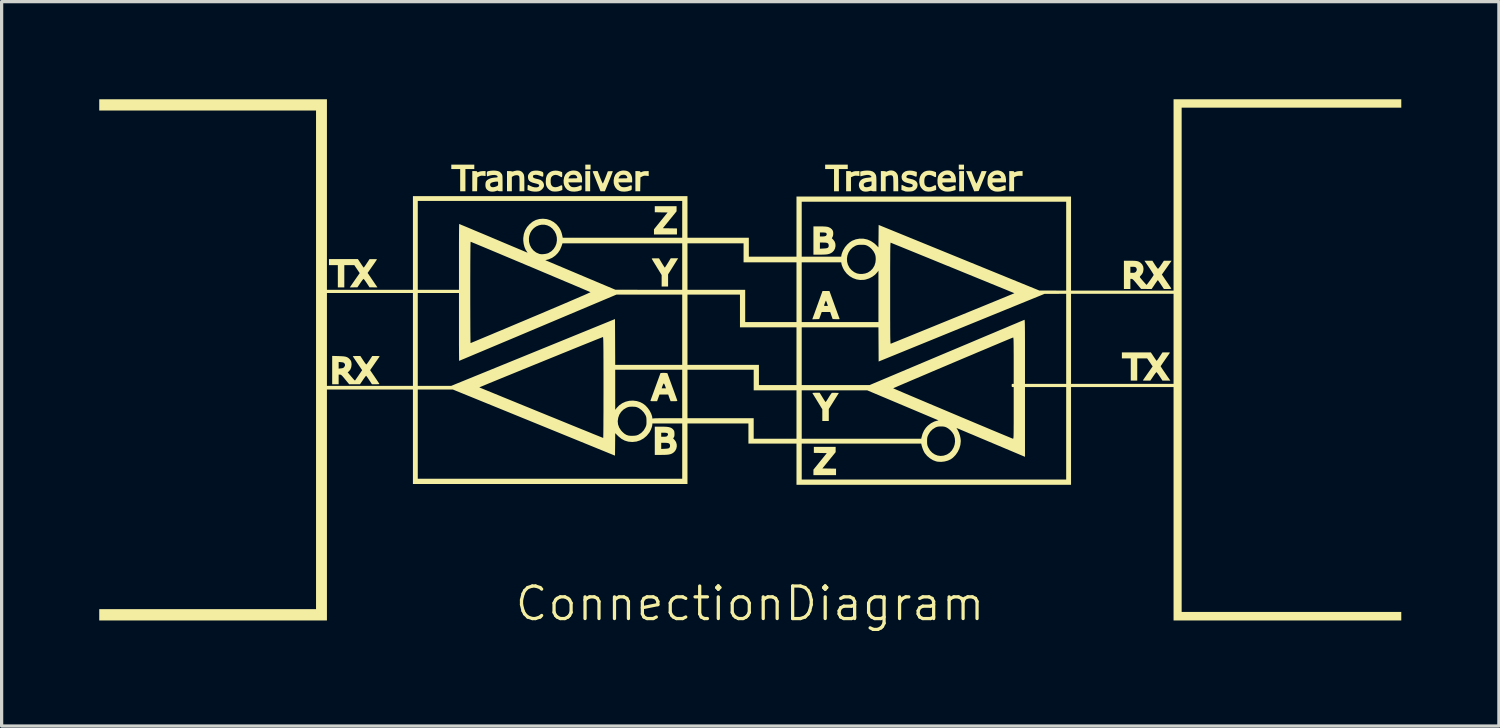
<source format=kicad_pcb>
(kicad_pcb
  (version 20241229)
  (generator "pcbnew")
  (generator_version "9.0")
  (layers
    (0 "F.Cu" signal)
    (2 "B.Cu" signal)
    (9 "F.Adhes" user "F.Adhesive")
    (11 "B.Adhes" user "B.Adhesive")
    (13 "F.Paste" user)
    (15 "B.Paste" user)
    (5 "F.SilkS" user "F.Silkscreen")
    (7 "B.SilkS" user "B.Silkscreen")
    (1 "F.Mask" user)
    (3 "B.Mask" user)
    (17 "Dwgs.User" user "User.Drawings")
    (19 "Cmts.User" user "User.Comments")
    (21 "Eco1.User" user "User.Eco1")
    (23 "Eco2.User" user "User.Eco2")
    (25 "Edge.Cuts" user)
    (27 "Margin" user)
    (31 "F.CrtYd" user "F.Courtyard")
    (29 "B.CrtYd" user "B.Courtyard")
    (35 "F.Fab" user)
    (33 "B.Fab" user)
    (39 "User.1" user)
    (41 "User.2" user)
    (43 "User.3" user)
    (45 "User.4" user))
  (footprint "ConnectionDiagram"
    (layer "F.Cu")
    (at 20.002 16.003)
    (property "Reference" "ConnectionDiagram" (at 0 -0.5 0) (unlocked yes) (layer "F.SilkS") (effects (font (size 1 1) (thickness 0.1))))
    (fp_poly (pts (xy -4.914 -13.485) (xy -4.914 -13.174) (xy -4.988 -13.174) (xy -5.063 -13.174) (xy -5.063 -13.485) (xy -5.063 -13.795) (xy -4.988 -13.795) (xy -4.914 -13.795)) (stroke (width 0) (type solid)) (fill yes) (layer "F.SilkS"))
    (fp_poly (pts (xy -4.901 -13.919) (xy -4.901 -13.844) (xy -4.982 -13.844) (xy -5.063 -13.844) (xy -5.063 -13.919) (xy -5.063 -13.993) (xy -4.982 -13.993) (xy -4.901 -13.993)) (stroke (width 0) (type solid)) (fill yes) (layer "F.SilkS"))
    (fp_poly (pts (xy 6.576 -13.919) (xy 6.576 -13.844) (xy 6.496 -13.844) (xy 6.415 -13.844) (xy 6.415 -13.919) (xy 6.415 -13.993) (xy 6.496 -13.993) (xy 6.576 -13.993)) (stroke (width 0) (type solid)) (fill yes) (layer "F.SilkS"))
    (fp_poly (pts (xy 6.576 -13.485) (xy 6.576 -13.174) (xy 6.502 -13.174) (xy 6.428 -13.174) (xy 6.428 -13.485) (xy 6.428 -13.795) (xy 6.502 -13.795) (xy 6.576 -13.795)) (stroke (width 0) (type solid)) (fill yes) (layer "F.SilkS"))
    (fp_poly (pts (xy -8.475 -13.925) (xy -8.475 -13.857) (xy -8.611 -13.857) (xy -8.748 -13.857) (xy -8.748 -13.516) (xy -8.748 -13.174) (xy -8.829 -13.174) (xy -8.909 -13.174) (xy -8.909 -13.516) (xy -8.909 -13.857) (xy -9.046 -13.857) (xy -9.182 -13.857) (xy -9.182 -13.925) (xy -9.182 -13.993) (xy -8.829 -13.993) (xy -8.475 -13.993)) (stroke (width 0) (type solid)) (fill yes) (layer "F.SilkS"))
    (fp_poly (pts (xy 3.003 -13.925) (xy 3.003 -13.857) (xy 2.866 -13.857) (xy 2.73 -13.857) (xy 2.73 -13.516) (xy 2.73 -13.174) (xy 2.655 -13.174) (xy 2.581 -13.174) (xy 2.581 -13.516) (xy 2.581 -13.857) (xy 2.444 -13.857) (xy 2.308 -13.857) (xy 2.308 -13.925) (xy 2.308 -13.993) (xy 2.655 -13.993) (xy 3.003 -13.993)) (stroke (width 0) (type solid)) (fill yes) (layer "F.SilkS"))
    (fp_poly (pts (xy -2.258 -12.637) (xy -2.258 -12.559) (xy -2.469 -12.299) (xy -2.68 -12.039) (xy -2.463 -12.036) (xy -2.246 -12.032) (xy -2.246 -11.939) (xy -2.246 -11.847) (xy -2.6 -11.847) (xy -2.953 -11.847) (xy -2.953 -11.926) (xy -2.953 -12.005) (xy -2.744 -12.264) (xy -2.534 -12.523) (xy -2.731 -12.526) (xy -2.928 -12.53) (xy -2.928 -12.622) (xy -2.928 -12.715) (xy -2.593 -12.715) (xy -2.258 -12.715)) (stroke (width 0) (type solid)) (fill yes) (layer "F.SilkS"))
    (fp_poly (pts (xy 2.631 -5.238) (xy 2.631 -5.157) (xy 2.427 -4.906) (xy 2.223 -4.656) (xy 2.433 -4.653) (xy 2.643 -4.649) (xy 2.643 -4.55) (xy 2.643 -4.451) (xy 2.296 -4.451) (xy 1.948 -4.451) (xy 1.948 -4.535) (xy 1.948 -4.619) (xy 2.154 -4.873) (xy 2.359 -5.127) (xy 2.16 -5.131) (xy 1.961 -5.134) (xy 1.961 -5.227) (xy 1.961 -5.32) (xy 2.296 -5.32) (xy 2.631 -5.32)) (stroke (width 0) (type solid)) (fill yes) (layer "F.SilkS"))
    (fp_poly (pts (xy 3.071 -13.793) (xy 3.094 -13.788) (xy 3.102 -13.778) (xy 3.102 -13.776) (xy 3.11 -13.76) (xy 3.135 -13.762) (xy 3.164 -13.776) (xy 3.195 -13.786) (xy 3.243 -13.793) (xy 3.279 -13.794) (xy 3.363 -13.795) (xy 3.363 -13.719) (xy 3.363 -13.643) (xy 3.295 -13.651) (xy 3.246 -13.654) (xy 3.203 -13.647) (xy 3.165 -13.633) (xy 3.102 -13.606) (xy 3.102 -13.39) (xy 3.102 -13.174) (xy 3.028 -13.174) (xy 2.953 -13.174) (xy 2.953 -13.485) (xy 2.953 -13.795) (xy 3.028 -13.795)) (stroke (width 0) (type solid)) (fill yes) (layer "F.SilkS"))
    (fp_poly (pts (xy -3.406 -13.793) (xy -3.383 -13.788) (xy -3.375 -13.778) (xy -3.375 -13.776) (xy -3.367 -13.76) (xy -3.342 -13.762) (xy -3.313 -13.776) (xy -3.282 -13.786) (xy -3.234 -13.793) (xy -3.198 -13.794) (xy -3.115 -13.795) (xy -3.115 -13.719) (xy -3.115 -13.643) (xy -3.186 -13.651) (xy -3.233 -13.654) (xy -3.269 -13.649) (xy -3.307 -13.634) (xy -3.313 -13.631) (xy -3.369 -13.602) (xy -3.372 -13.388) (xy -3.376 -13.174) (xy -3.45 -13.174) (xy -3.524 -13.174) (xy -3.524 -13.485) (xy -3.524 -13.795) (xy -3.45 -13.795)) (stroke (width 0) (type solid)) (fill yes) (layer "F.SilkS"))
    (fp_poly (pts (xy 8.084 -13.793) (xy 8.107 -13.788) (xy 8.115 -13.778) (xy 8.115 -13.776) (xy 8.12 -13.761) (xy 8.136 -13.76) (xy 8.168 -13.774) (xy 8.173 -13.776) (xy 8.208 -13.787) (xy 8.26 -13.794) (xy 8.292 -13.795) (xy 8.376 -13.795) (xy 8.376 -13.721) (xy 8.376 -13.647) (xy 8.291 -13.65) (xy 8.234 -13.649) (xy 8.191 -13.64) (xy 8.161 -13.627) (xy 8.115 -13.603) (xy 8.115 -13.389) (xy 8.115 -13.174) (xy 8.041 -13.174) (xy 7.966 -13.174) (xy 7.966 -13.485) (xy 7.966 -13.795) (xy 8.041 -13.795)) (stroke (width 0) (type solid)) (fill yes) (layer "F.SilkS"))
    (fp_poly (pts (xy -8.419 -13.793) (xy -8.396 -13.788) (xy -8.388 -13.778) (xy -8.388 -13.776) (xy -8.382 -13.76) (xy -8.377 -13.757) (xy -8.36 -13.762) (xy -8.33 -13.773) (xy -8.322 -13.776) (xy -8.284 -13.787) (xy -8.235 -13.793) (xy -8.202 -13.795) (xy -8.128 -13.795) (xy -8.128 -13.719) (xy -8.128 -13.643) (xy -8.199 -13.651) (xy -8.246 -13.654) (xy -8.282 -13.649) (xy -8.32 -13.634) (xy -8.326 -13.631) (xy -8.382 -13.602) (xy -8.385 -13.388) (xy -8.389 -13.174) (xy -8.463 -13.174) (xy -8.537 -13.174) (xy -8.537 -13.485) (xy -8.537 -13.795) (xy -8.463 -13.795)) (stroke (width 0) (type solid)) (fill yes) (layer "F.SilkS"))
    (fp_poly (pts (xy 6.722 -13.792) (xy 6.803 -13.789) (xy 6.875 -13.603) (xy 6.9 -13.54) (xy 6.922 -13.485) (xy 6.941 -13.444) (xy 6.954 -13.419) (xy 6.958 -13.413) (xy 6.966 -13.423) (xy 6.981 -13.452) (xy 7.001 -13.497) (xy 7.025 -13.554) (xy 7.043 -13.602) (xy 7.116 -13.795) (xy 7.194 -13.795) (xy 7.234 -13.794) (xy 7.262 -13.793) (xy 7.271 -13.792) (xy 7.267 -13.78) (xy 7.254 -13.748) (xy 7.235 -13.699) (xy 7.21 -13.637) (xy 7.18 -13.563) (xy 7.148 -13.485) (xy 7.025 -13.181) (xy 6.957 -13.177) (xy 6.89 -13.173) (xy 6.765 -13.484) (xy 6.64 -13.796)) (stroke (width 0) (type solid)) (fill yes) (layer "F.SilkS"))
    (fp_poly (pts (xy -2.364 -10.868) (xy -2.519 -10.621) (xy -2.519 -10.434) (xy -2.519 -10.246) (xy -2.618 -10.246) (xy -2.717 -10.246) (xy -2.717 -10.423) (xy -2.717 -10.6) (xy -2.86 -10.833) (xy -2.902 -10.903) (xy -2.941 -10.966) (xy -2.974 -11.02) (xy -2.998 -11.061) (xy -3.013 -11.086) (xy -3.016 -11.09) (xy -3.02 -11.102) (xy -3.017 -11.109) (xy -3.002 -11.112) (xy -2.97 -11.114) (xy -2.918 -11.114) (xy -2.913 -11.114) (xy -2.798 -11.114) (xy -2.713 -10.971) (xy -2.681 -10.919) (xy -2.653 -10.875) (xy -2.633 -10.844) (xy -2.621 -10.83) (xy -2.62 -10.829) (xy -2.611 -10.839) (xy -2.592 -10.867) (xy -2.565 -10.908) (xy -2.534 -10.958) (xy -2.525 -10.972) (xy -2.438 -11.115) (xy -2.324 -11.115) (xy -2.21 -11.115)) (stroke (width 0) (type solid)) (fill yes) (layer "F.SilkS"))
    (fp_poly (pts (xy -4.61 -13.602) (xy -4.585 -13.539) (xy -4.562 -13.484) (xy -4.543 -13.443) (xy -4.529 -13.419) (xy -4.524 -13.414) (xy -4.516 -13.426) (xy -4.501 -13.458) (xy -4.481 -13.505) (xy -4.457 -13.563) (xy -4.441 -13.603) (xy -4.37 -13.789) (xy -4.294 -13.792) (xy -4.255 -13.793) (xy -4.227 -13.79) (xy -4.219 -13.786) (xy -4.223 -13.772) (xy -4.236 -13.739) (xy -4.255 -13.688) (xy -4.28 -13.625) (xy -4.31 -13.55) (xy -4.34 -13.475) (xy -4.461 -13.175) (xy -4.529 -13.175) (xy -4.597 -13.175) (xy -4.712 -13.463) (xy -4.743 -13.543) (xy -4.773 -13.617) (xy -4.797 -13.68) (xy -4.817 -13.729) (xy -4.83 -13.762) (xy -4.834 -13.773) (xy -4.836 -13.785) (xy -4.826 -13.791) (xy -4.801 -13.794) (xy -4.763 -13.795) (xy -4.684 -13.795)) (stroke (width 0) (type solid)) (fill yes) (layer "F.SilkS"))
    (fp_poly (pts (xy 4.421 -13.799) (xy 4.477 -13.764) (xy 4.519 -13.713) (xy 4.541 -13.662) (xy 4.545 -13.634) (xy 4.549 -13.587) (xy 4.552 -13.525) (xy 4.553 -13.453) (xy 4.554 -13.395) (xy 4.554 -13.174) (xy 4.479 -13.174) (xy 4.405 -13.174) (xy 4.405 -13.388) (xy 4.404 -13.478) (xy 4.402 -13.546) (xy 4.398 -13.595) (xy 4.39 -13.628) (xy 4.377 -13.649) (xy 4.36 -13.661) (xy 4.337 -13.667) (xy 4.322 -13.668) (xy 4.256 -13.661) (xy 4.22 -13.646) (xy 4.169 -13.621) (xy 4.169 -13.397) (xy 4.169 -13.174) (xy 4.095 -13.174) (xy 4.02 -13.174) (xy 4.02 -13.485) (xy 4.02 -13.795) (xy 4.094 -13.795) (xy 4.137 -13.792) (xy 4.165 -13.786) (xy 4.172 -13.781) (xy 4.184 -13.775) (xy 4.212 -13.785) (xy 4.215 -13.787) (xy 4.286 -13.812) (xy 4.356 -13.815)) (stroke (width 0) (type solid)) (fill yes) (layer "F.SilkS"))
    (fp_poly (pts (xy -7.092 -13.809) (xy -7.031 -13.786) (xy -6.984 -13.743) (xy -6.961 -13.705) (xy -6.952 -13.683) (xy -6.946 -13.659) (xy -6.942 -13.628) (xy -6.939 -13.586) (xy -6.937 -13.53) (xy -6.937 -13.454) (xy -6.937 -13.413) (xy -6.936 -13.174) (xy -7.011 -13.174) (xy -7.085 -13.174) (xy -7.085 -13.402) (xy -7.085 -13.483) (xy -7.086 -13.543) (xy -7.088 -13.586) (xy -7.091 -13.615) (xy -7.096 -13.633) (xy -7.103 -13.645) (xy -7.108 -13.65) (xy -7.143 -13.667) (xy -7.19 -13.669) (xy -7.242 -13.658) (xy -7.273 -13.644) (xy -7.321 -13.616) (xy -7.321 -13.395) (xy -7.321 -13.174) (xy -7.395 -13.174) (xy -7.47 -13.174) (xy -7.47 -13.485) (xy -7.47 -13.795) (xy -7.396 -13.795) (xy -7.357 -13.793) (xy -7.328 -13.788) (xy -7.319 -13.783) (xy -7.306 -13.781) (xy -7.277 -13.786) (xy -7.241 -13.797) (xy -7.162 -13.813)) (stroke (width 0) (type solid)) (fill yes) (layer "F.SilkS"))
    (fp_poly (pts (xy 2.14 -6.982) (xy 2.227 -6.84) (xy 2.259 -6.787) (xy 2.287 -6.744) (xy 2.309 -6.712) (xy 2.321 -6.698) (xy 2.322 -6.697) (xy 2.331 -6.707) (xy 2.351 -6.734) (xy 2.378 -6.775) (xy 2.409 -6.825) (xy 2.415 -6.835) (xy 2.447 -6.887) (xy 2.476 -6.931) (xy 2.499 -6.962) (xy 2.512 -6.978) (xy 2.513 -6.978) (xy 2.531 -6.98) (xy 2.568 -6.981) (xy 2.615 -6.98) (xy 2.628 -6.98) (xy 2.73 -6.976) (xy 2.575 -6.73) (xy 2.42 -6.483) (xy 2.42 -6.298) (xy 2.42 -6.114) (xy 2.32 -6.114) (xy 2.221 -6.114) (xy 2.221 -6.294) (xy 2.221 -6.474) (xy 2.071 -6.719) (xy 2.028 -6.789) (xy 1.989 -6.852) (xy 1.957 -6.905) (xy 1.932 -6.945) (xy 1.918 -6.968) (xy 1.915 -6.973) (xy 1.924 -6.977) (xy 1.953 -6.98) (xy 1.996 -6.982) (xy 2.025 -6.982)) (stroke (width 0) (type solid)) (fill yes) (layer "F.SilkS"))
    (fp_poly (pts (xy 5.593 -13.802) (xy 5.652 -13.785) (xy 5.714 -13.761) (xy 5.718 -13.685) (xy 5.718 -13.639) (xy 5.711 -13.614) (xy 5.693 -13.609) (xy 5.661 -13.621) (xy 5.629 -13.639) (xy 5.562 -13.668) (xy 5.499 -13.678) (xy 5.444 -13.667) (xy 5.399 -13.637) (xy 5.377 -13.606) (xy 5.362 -13.561) (xy 5.356 -13.502) (xy 5.357 -13.441) (xy 5.367 -13.388) (xy 5.371 -13.375) (xy 5.401 -13.334) (xy 5.446 -13.308) (xy 5.502 -13.298) (xy 5.562 -13.306) (xy 5.619 -13.33) (xy 5.665 -13.354) (xy 5.695 -13.361) (xy 5.712 -13.351) (xy 5.719 -13.321) (xy 5.72 -13.288) (xy 5.72 -13.216) (xy 5.643 -13.189) (xy 5.557 -13.168) (xy 5.471 -13.164) (xy 5.392 -13.176) (xy 5.385 -13.178) (xy 5.334 -13.205) (xy 5.285 -13.25) (xy 5.244 -13.305) (xy 5.219 -13.362) (xy 5.201 -13.455) (xy 5.204 -13.545) (xy 5.226 -13.627) (xy 5.265 -13.698) (xy 5.322 -13.755) (xy 5.368 -13.783) (xy 5.435 -13.804) (xy 5.513 -13.81)) (stroke (width 0) (type solid)) (fill yes) (layer "F.SilkS"))
    (fp_poly (pts (xy 2.59 -9.697) (xy 2.625 -9.6) (xy 2.658 -9.51) (xy 2.687 -9.43) (xy 2.712 -9.362) (xy 2.731 -9.31) (xy 2.744 -9.275) (xy 2.749 -9.262) (xy 2.751 -9.252) (xy 2.745 -9.245) (xy 2.726 -9.242) (xy 2.69 -9.242) (xy 2.648 -9.243) (xy 2.538 -9.247) (xy 2.5 -9.356) (xy 2.463 -9.464) (xy 2.333 -9.464) (xy 2.202 -9.464) (xy 2.164 -9.356) (xy 2.125 -9.247) (xy 2.019 -9.243) (xy 1.912 -9.24) (xy 1.948 -9.337) (xy 1.961 -9.374) (xy 1.982 -9.43) (xy 2.008 -9.502) (xy 2.038 -9.585) (xy 2.067 -9.666) (xy 2.274 -9.666) (xy 2.278 -9.656) (xy 2.303 -9.651) (xy 2.33 -9.65) (xy 2.393 -9.65) (xy 2.366 -9.731) (xy 2.352 -9.771) (xy 2.34 -9.8) (xy 2.333 -9.812) (xy 2.333 -9.812) (xy 2.325 -9.801) (xy 2.312 -9.773) (xy 2.302 -9.746) (xy 2.288 -9.707) (xy 2.278 -9.677) (xy 2.274 -9.666) (xy 2.067 -9.666) (xy 2.07 -9.674) (xy 2.104 -9.767) (xy 2.105 -9.771) (xy 2.227 -10.109) (xy 2.334 -10.109) (xy 2.44 -10.109)) (stroke (width 0) (type solid)) (fill yes) (layer "F.SilkS"))
    (fp_poly (pts (xy -5.906 -13.804) (xy -5.838 -13.786) (xy -5.776 -13.763) (xy -5.772 -13.686) (xy -5.773 -13.638) (xy -5.781 -13.612) (xy -5.798 -13.608) (xy -5.828 -13.622) (xy -5.842 -13.632) (xy -5.907 -13.666) (xy -5.97 -13.679) (xy -6.029 -13.67) (xy -6.079 -13.641) (xy -6.087 -13.633) (xy -6.107 -13.609) (xy -6.118 -13.583) (xy -6.125 -13.548) (xy -6.128 -13.509) (xy -6.127 -13.436) (xy -6.115 -13.381) (xy -6.089 -13.34) (xy -6.071 -13.323) (xy -6.026 -13.303) (xy -5.97 -13.299) (xy -5.909 -13.311) (xy -5.864 -13.329) (xy -5.819 -13.352) (xy -5.791 -13.359) (xy -5.777 -13.35) (xy -5.771 -13.323) (xy -5.77 -13.287) (xy -5.77 -13.214) (xy -5.823 -13.193) (xy -5.876 -13.177) (xy -5.94 -13.168) (xy -6.006 -13.166) (xy -6.064 -13.171) (xy -6.094 -13.178) (xy -6.163 -13.214) (xy -6.215 -13.263) (xy -6.247 -13.313) (xy -6.263 -13.351) (xy -6.273 -13.387) (xy -6.277 -13.43) (xy -6.278 -13.484) (xy -6.271 -13.577) (xy -6.249 -13.652) (xy -6.211 -13.713) (xy -6.155 -13.761) (xy -6.117 -13.782) (xy -6.056 -13.802) (xy -5.983 -13.81)) (stroke (width 0) (type solid)) (fill yes) (layer "F.SilkS"))
    (fp_poly (pts (xy -2.602 -7.591) (xy -2.595 -7.591) (xy -2.541 -7.584) (xy -2.388 -7.162) (xy -2.352 -7.065) (xy -2.32 -6.976) (xy -2.291 -6.896) (xy -2.267 -6.829) (xy -2.249 -6.778) (xy -2.238 -6.744) (xy -2.234 -6.731) (xy -2.245 -6.727) (xy -2.276 -6.724) (xy -2.319 -6.722) (xy -2.338 -6.722) (xy -2.442 -6.722) (xy -2.462 -6.775) (xy -2.479 -6.821) (xy -2.496 -6.869) (xy -2.498 -6.877) (xy -2.515 -6.927) (xy -2.65 -6.927) (xy -2.784 -6.927) (xy -2.821 -6.824) (xy -2.857 -6.722) (xy -2.962 -6.722) (xy -3.016 -6.723) (xy -3.048 -6.726) (xy -3.061 -6.732) (xy -3.062 -6.737) (xy -3.056 -6.752) (xy -3.043 -6.788) (xy -3.024 -6.841) (xy -2.999 -6.91) (xy -2.969 -6.99) (xy -2.937 -7.081) (xy -2.923 -7.119) (xy -2.716 -7.119) (xy -2.65 -7.119) (xy -2.585 -7.119) (xy -2.611 -7.193) (xy -2.626 -7.232) (xy -2.641 -7.259) (xy -2.651 -7.268) (xy -2.662 -7.257) (xy -2.677 -7.229) (xy -2.691 -7.193) (xy -2.716 -7.119) (xy -2.923 -7.119) (xy -2.904 -7.171) (xy -2.752 -7.588) (xy -2.701 -7.592) (xy -2.653 -7.594)) (stroke (width 0) (type solid)) (fill yes) (layer "F.SilkS"))
    (fp_poly (pts (xy -11.966 -10.96) (xy -11.933 -10.91) (xy -11.905 -10.869) (xy -11.884 -10.841) (xy -11.874 -10.829) (xy -11.873 -10.829) (xy -11.864 -10.839) (xy -11.844 -10.866) (xy -11.816 -10.905) (xy -11.784 -10.954) (xy -11.78 -10.959) (xy -11.695 -11.089) (xy -11.58 -11.089) (xy -11.53 -11.089) (xy -11.491 -11.087) (xy -11.469 -11.085) (xy -11.465 -11.083) (xy -11.472 -11.072) (xy -11.491 -11.043) (xy -11.52 -11) (xy -11.557 -10.946) (xy -11.6 -10.885) (xy -11.61 -10.871) (xy -11.754 -10.664) (xy -11.603 -10.443) (xy -11.452 -10.221) (xy -11.574 -10.221) (xy -11.695 -10.222) (xy -11.78 -10.352) (xy -11.814 -10.401) (xy -11.843 -10.442) (xy -11.866 -10.47) (xy -11.879 -10.481) (xy -11.88 -10.481) (xy -11.891 -10.471) (xy -11.914 -10.445) (xy -11.943 -10.405) (xy -11.977 -10.356) (xy -11.98 -10.351) (xy -12.067 -10.222) (xy -12.183 -10.221) (xy -12.3 -10.221) (xy -12.277 -10.255) (xy -12.263 -10.276) (xy -12.237 -10.314) (xy -12.203 -10.363) (xy -12.163 -10.421) (xy -12.126 -10.474) (xy -11.997 -10.659) (xy -12.08 -10.781) (xy -12.162 -10.904) (xy -12.316 -10.904) (xy -12.47 -10.904) (xy -12.47 -10.562) (xy -12.47 -10.221) (xy -12.57 -10.221) (xy -12.669 -10.221) (xy -12.669 -10.562) (xy -12.669 -10.904) (xy -12.805 -10.904) (xy -12.942 -10.904) (xy -12.942 -10.997) (xy -12.942 -11.09) (xy -12.497 -11.09) (xy -12.052 -11.09)) (stroke (width 0) (type solid)) (fill yes) (layer "F.SilkS"))
    (fp_poly (pts (xy -5.348 -13.806) (xy -5.285 -13.784) (xy -5.235 -13.744) (xy -5.196 -13.684) (xy -5.175 -13.636) (xy -5.165 -13.59) (xy -5.162 -13.534) (xy -5.162 -13.532) (xy -5.162 -13.447) (xy -5.374 -13.447) (xy -5.585 -13.447) (xy -5.577 -13.419) (xy -5.555 -13.372) (xy -5.521 -13.332) (xy -5.496 -13.314) (xy -5.448 -13.3) (xy -5.388 -13.299) (xy -5.325 -13.308) (xy -5.267 -13.329) (xy -5.266 -13.329) (xy -5.222 -13.351) (xy -5.194 -13.358) (xy -5.18 -13.35) (xy -5.175 -13.323) (xy -5.174 -13.287) (xy -5.175 -13.246) (xy -5.18 -13.222) (xy -5.191 -13.21) (xy -5.208 -13.201) (xy -5.302 -13.174) (xy -5.398 -13.163) (xy -5.488 -13.169) (xy -5.545 -13.183) (xy -5.613 -13.219) (xy -5.667 -13.274) (xy -5.706 -13.343) (xy -5.727 -13.422) (xy -5.731 -13.51) (xy -5.72 -13.571) (xy -5.584 -13.571) (xy -5.448 -13.571) (xy -5.388 -13.572) (xy -5.349 -13.573) (xy -5.326 -13.576) (xy -5.314 -13.582) (xy -5.311 -13.591) (xy -5.311 -13.597) (xy -5.319 -13.623) (xy -5.34 -13.651) (xy -5.341 -13.653) (xy -5.368 -13.673) (xy -5.402 -13.682) (xy -5.432 -13.683) (xy -5.491 -13.675) (xy -5.534 -13.651) (xy -5.566 -13.608) (xy -5.584 -13.571) (xy -5.72 -13.571) (xy -5.715 -13.601) (xy -5.714 -13.607) (xy -5.679 -13.685) (xy -5.627 -13.745) (xy -5.56 -13.787) (xy -5.478 -13.809) (xy -5.429 -13.813)) (stroke (width 0) (type solid)) (fill yes) (layer "F.SilkS"))
    (fp_poly (pts (xy -3.81 -13.806) (xy -3.746 -13.784) (xy -3.697 -13.744) (xy -3.657 -13.684) (xy -3.637 -13.636) (xy -3.626 -13.59) (xy -3.623 -13.534) (xy -3.623 -13.532) (xy -3.623 -13.447) (xy -3.835 -13.447) (xy -4.047 -13.447) (xy -4.039 -13.419) (xy -4.016 -13.372) (xy -3.982 -13.332) (xy -3.957 -13.314) (xy -3.909 -13.3) (xy -3.849 -13.299) (xy -3.786 -13.308) (xy -3.729 -13.329) (xy -3.728 -13.329) (xy -3.683 -13.351) (xy -3.656 -13.358) (xy -3.642 -13.35) (xy -3.636 -13.323) (xy -3.636 -13.287) (xy -3.637 -13.246) (xy -3.641 -13.222) (xy -3.652 -13.21) (xy -3.67 -13.201) (xy -3.764 -13.174) (xy -3.859 -13.163) (xy -3.95 -13.169) (xy -4.006 -13.183) (xy -4.074 -13.219) (xy -4.128 -13.274) (xy -4.167 -13.343) (xy -4.189 -13.422) (xy -4.192 -13.51) (xy -4.182 -13.571) (xy -4.046 -13.571) (xy -3.909 -13.571) (xy -3.849 -13.572) (xy -3.81 -13.573) (xy -3.787 -13.576) (xy -3.776 -13.582) (xy -3.772 -13.591) (xy -3.772 -13.597) (xy -3.781 -13.623) (xy -3.801 -13.651) (xy -3.803 -13.653) (xy -3.83 -13.673) (xy -3.864 -13.682) (xy -3.893 -13.683) (xy -3.952 -13.675) (xy -3.996 -13.651) (xy -4.027 -13.608) (xy -4.046 -13.571) (xy -4.182 -13.571) (xy -4.177 -13.601) (xy -4.175 -13.607) (xy -4.14 -13.685) (xy -4.088 -13.745) (xy -4.021 -13.787) (xy -3.939 -13.809) (xy -3.89 -13.813)) (stroke (width 0) (type solid)) (fill yes) (layer "F.SilkS"))
    (fp_poly (pts (xy 2.24 -12.094) (xy 2.313 -12.09) (xy 2.368 -12.084) (xy 2.403 -12.076) (xy 2.465 -12.048) (xy 2.515 -12.007) (xy 2.546 -11.958) (xy 2.546 -11.958) (xy 2.556 -11.91) (xy 2.557 -11.854) (xy 2.548 -11.8) (xy 2.535 -11.77) (xy 2.513 -11.731) (xy 2.558 -11.686) (xy 2.6 -11.628) (xy 2.623 -11.56) (xy 2.626 -11.488) (xy 2.611 -11.417) (xy 2.578 -11.353) (xy 2.527 -11.3) (xy 2.518 -11.294) (xy 2.479 -11.27) (xy 2.438 -11.252) (xy 2.391 -11.24) (xy 2.332 -11.232) (xy 2.259 -11.228) (xy 2.165 -11.226) (xy 2.151 -11.226) (xy 1.948 -11.226) (xy 1.948 -11.504) (xy 2.147 -11.504) (xy 2.147 -11.409) (xy 2.258 -11.415) (xy 2.317 -11.419) (xy 2.356 -11.425) (xy 2.382 -11.434) (xy 2.395 -11.443) (xy 2.413 -11.468) (xy 2.418 -11.503) (xy 2.417 -11.517) (xy 2.41 -11.551) (xy 2.394 -11.574) (xy 2.363 -11.589) (xy 2.316 -11.596) (xy 2.249 -11.598) (xy 2.147 -11.598) (xy 2.147 -11.504) (xy 1.948 -11.504) (xy 1.948 -11.66) (xy 1.948 -11.847) (xy 2.147 -11.847) (xy 2.147 -11.785) (xy 2.225 -11.785) (xy 2.284 -11.789) (xy 2.324 -11.8) (xy 2.33 -11.804) (xy 2.352 -11.83) (xy 2.356 -11.862) (xy 2.344 -11.888) (xy 2.334 -11.896) (xy 2.309 -11.903) (xy 2.269 -11.907) (xy 2.228 -11.909) (xy 2.147 -11.909) (xy 2.147 -11.847) (xy 1.948 -11.847) (xy 1.948 -12.095) (xy 2.144 -12.095)) (stroke (width 0) (type solid)) (fill yes) (layer "F.SilkS"))
    (fp_poly (pts (xy -2.634 -5.939) (xy -2.557 -5.935) (xy -2.497 -5.926) (xy -2.45 -5.913) (xy -2.412 -5.895) (xy -2.38 -5.87) (xy -2.37 -5.86) (xy -2.347 -5.833) (xy -2.333 -5.808) (xy -2.326 -5.776) (xy -2.323 -5.732) (xy -2.323 -5.679) (xy -2.328 -5.642) (xy -2.341 -5.614) (xy -2.341 -5.613) (xy -2.364 -5.578) (xy -2.318 -5.53) (xy -2.276 -5.469) (xy -2.254 -5.399) (xy -2.252 -5.327) (xy -2.269 -5.256) (xy -2.305 -5.191) (xy -2.359 -5.138) (xy -2.365 -5.135) (xy -2.402 -5.112) (xy -2.444 -5.096) (xy -2.493 -5.084) (xy -2.554 -5.077) (xy -2.631 -5.073) (xy -2.726 -5.072) (xy -2.928 -5.072) (xy -2.928 -5.349) (xy -2.73 -5.349) (xy -2.73 -5.255) (xy -2.619 -5.26) (xy -2.56 -5.264) (xy -2.52 -5.27) (xy -2.494 -5.28) (xy -2.482 -5.289) (xy -2.464 -5.314) (xy -2.459 -5.348) (xy -2.459 -5.362) (xy -2.466 -5.396) (xy -2.483 -5.42) (xy -2.513 -5.434) (xy -2.561 -5.442) (xy -2.627 -5.444) (xy -2.73 -5.444) (xy -2.73 -5.349) (xy -2.928 -5.349) (xy -2.928 -5.506) (xy -2.928 -5.692) (xy -2.73 -5.692) (xy -2.73 -5.63) (xy -2.649 -5.63) (xy -2.6 -5.632) (xy -2.569 -5.638) (xy -2.548 -5.651) (xy -2.544 -5.655) (xy -2.523 -5.687) (xy -2.522 -5.718) (xy -2.542 -5.741) (xy -2.543 -5.741) (xy -2.568 -5.748) (xy -2.608 -5.753) (xy -2.648 -5.754) (xy -2.73 -5.754) (xy -2.73 -5.692) (xy -2.928 -5.692) (xy -2.928 -5.94) (xy -2.732 -5.94)) (stroke (width 0) (type solid)) (fill yes) (layer "F.SilkS"))
    (fp_poly (pts (xy -6.53 -13.809) (xy -6.459 -13.799) (xy -6.399 -13.78) (xy -6.389 -13.775) (xy -6.368 -13.762) (xy -6.357 -13.746) (xy -6.354 -13.717) (xy -6.353 -13.689) (xy -6.354 -13.652) (xy -6.36 -13.63) (xy -6.374 -13.624) (xy -6.403 -13.63) (xy -6.448 -13.648) (xy -6.459 -13.652) (xy -6.53 -13.676) (xy -6.59 -13.682) (xy -6.643 -13.671) (xy -6.645 -13.671) (xy -6.669 -13.656) (xy -6.674 -13.631) (xy -6.673 -13.625) (xy -6.666 -13.603) (xy -6.647 -13.585) (xy -6.612 -13.57) (xy -6.559 -13.556) (xy -6.511 -13.546) (xy -6.44 -13.523) (xy -6.386 -13.484) (xy -6.349 -13.434) (xy -6.333 -13.374) (xy -6.336 -13.323) (xy -6.355 -13.282) (xy -6.389 -13.239) (xy -6.433 -13.202) (xy -6.478 -13.178) (xy -6.486 -13.175) (xy -6.553 -13.165) (xy -6.631 -13.164) (xy -6.71 -13.174) (xy -6.766 -13.189) (xy -6.837 -13.214) (xy -6.837 -13.293) (xy -6.836 -13.334) (xy -6.832 -13.363) (xy -6.826 -13.373) (xy -6.811 -13.368) (xy -6.78 -13.354) (xy -6.741 -13.334) (xy -6.681 -13.31) (xy -6.621 -13.296) (xy -6.566 -13.294) (xy -6.521 -13.302) (xy -6.491 -13.322) (xy -6.483 -13.337) (xy -6.481 -13.362) (xy -6.495 -13.381) (xy -6.528 -13.398) (xy -6.582 -13.413) (xy -6.599 -13.417) (xy -6.683 -13.439) (xy -6.745 -13.465) (xy -6.787 -13.497) (xy -6.813 -13.538) (xy -6.825 -13.59) (xy -6.826 -13.648) (xy -6.816 -13.679) (xy -6.793 -13.717) (xy -6.762 -13.753) (xy -6.73 -13.78) (xy -6.724 -13.783) (xy -6.671 -13.801) (xy -6.604 -13.81)) (stroke (width 0) (type solid)) (fill yes) (layer "F.SilkS"))
    (fp_poly (pts (xy 4.986 -13.805) (xy 5.056 -13.791) (xy 5.062 -13.789) (xy 5.125 -13.768) (xy 5.125 -13.694) (xy 5.123 -13.651) (xy 5.116 -13.628) (xy 5.098 -13.623) (xy 5.065 -13.634) (xy 5.039 -13.647) (xy 4.979 -13.669) (xy 4.919 -13.68) (xy 4.867 -13.678) (xy 4.833 -13.666) (xy 4.809 -13.64) (xy 4.803 -13.612) (xy 4.818 -13.589) (xy 4.824 -13.586) (xy 4.847 -13.577) (xy 4.886 -13.567) (xy 4.92 -13.559) (xy 5.009 -13.536) (xy 5.075 -13.504) (xy 5.119 -13.465) (xy 5.144 -13.415) (xy 5.149 -13.369) (xy 5.138 -13.301) (xy 5.105 -13.245) (xy 5.053 -13.203) (xy 5.017 -13.184) (xy 4.98 -13.174) (xy 4.934 -13.168) (xy 4.896 -13.166) (xy 4.847 -13.165) (xy 4.806 -13.166) (xy 4.78 -13.168) (xy 4.777 -13.169) (xy 4.754 -13.177) (xy 4.72 -13.19) (xy 4.706 -13.195) (xy 4.653 -13.214) (xy 4.653 -13.293) (xy 4.654 -13.334) (xy 4.657 -13.363) (xy 4.661 -13.373) (xy 4.675 -13.368) (xy 4.705 -13.354) (xy 4.745 -13.335) (xy 4.748 -13.334) (xy 4.806 -13.309) (xy 4.858 -13.297) (xy 4.895 -13.295) (xy 4.95 -13.3) (xy 4.984 -13.314) (xy 4.999 -13.34) (xy 5.001 -13.354) (xy 4.997 -13.371) (xy 4.985 -13.384) (xy 4.961 -13.397) (xy 4.92 -13.41) (xy 4.86 -13.425) (xy 4.841 -13.429) (xy 4.767 -13.452) (xy 4.714 -13.483) (xy 4.679 -13.523) (xy 4.664 -13.559) (xy 4.656 -13.625) (xy 4.67 -13.687) (xy 4.706 -13.74) (xy 4.762 -13.78) (xy 4.78 -13.789) (xy 4.839 -13.804) (xy 4.911 -13.81)) (stroke (width 0) (type solid)) (fill yes) (layer "F.SilkS"))
    (fp_poly (pts (xy 6.127 -13.812) (xy 6.185 -13.793) (xy 6.245 -13.748) (xy 6.29 -13.686) (xy 6.318 -13.609) (xy 6.328 -13.518) (xy 6.328 -13.513) (xy 6.328 -13.447) (xy 6.117 -13.447) (xy 6.04 -13.447) (xy 5.984 -13.446) (xy 5.947 -13.445) (xy 5.923 -13.441) (xy 5.911 -13.437) (xy 5.907 -13.43) (xy 5.907 -13.426) (xy 5.919 -13.384) (xy 5.949 -13.344) (xy 5.975 -13.323) (xy 6.025 -13.303) (xy 6.088 -13.298) (xy 6.156 -13.309) (xy 6.215 -13.33) (xy 6.262 -13.351) (xy 6.292 -13.359) (xy 6.308 -13.352) (xy 6.315 -13.329) (xy 6.316 -13.287) (xy 6.316 -13.286) (xy 6.316 -13.213) (xy 6.234 -13.187) (xy 6.154 -13.169) (xy 6.073 -13.163) (xy 5.998 -13.168) (xy 5.953 -13.18) (xy 5.877 -13.217) (xy 5.821 -13.267) (xy 5.783 -13.333) (xy 5.763 -13.414) (xy 5.76 -13.513) (xy 5.76 -13.514) (xy 5.767 -13.585) (xy 5.906 -13.585) (xy 5.919 -13.578) (xy 5.956 -13.574) (xy 6.018 -13.572) (xy 6.043 -13.571) (xy 6.11 -13.573) (xy 6.155 -13.576) (xy 6.177 -13.582) (xy 6.179 -13.585) (xy 6.172 -13.612) (xy 6.153 -13.643) (xy 6.131 -13.667) (xy 6.107 -13.676) (xy 6.07 -13.682) (xy 6.051 -13.683) (xy 6.01 -13.68) (xy 5.981 -13.669) (xy 5.951 -13.643) (xy 5.949 -13.641) (xy 5.924 -13.613) (xy 5.909 -13.592) (xy 5.906 -13.585) (xy 5.767 -13.585) (xy 5.767 -13.586) (xy 5.782 -13.641) (xy 5.808 -13.688) (xy 5.847 -13.733) (xy 5.853 -13.739) (xy 5.909 -13.778) (xy 5.979 -13.805) (xy 6.054 -13.816)) (stroke (width 0) (type solid)) (fill yes) (layer "F.SilkS"))
    (fp_poly (pts (xy 7.636 -13.814) (xy 7.714 -13.793) (xy 7.777 -13.754) (xy 7.824 -13.696) (xy 7.854 -13.621) (xy 7.867 -13.53) (xy 7.867 -13.512) (xy 7.867 -13.447) (xy 7.656 -13.447) (xy 7.579 -13.447) (xy 7.523 -13.446) (xy 7.485 -13.445) (xy 7.462 -13.441) (xy 7.45 -13.437) (xy 7.446 -13.43) (xy 7.445 -13.426) (xy 7.457 -13.384) (xy 7.487 -13.344) (xy 7.514 -13.323) (xy 7.564 -13.303) (xy 7.627 -13.298) (xy 7.695 -13.309) (xy 7.753 -13.33) (xy 7.801 -13.351) (xy 7.831 -13.359) (xy 7.847 -13.352) (xy 7.853 -13.329) (xy 7.855 -13.287) (xy 7.855 -13.286) (xy 7.855 -13.213) (xy 7.773 -13.187) (xy 7.693 -13.169) (xy 7.611 -13.163) (xy 7.536 -13.168) (xy 7.492 -13.18) (xy 7.414 -13.218) (xy 7.356 -13.274) (xy 7.316 -13.345) (xy 7.309 -13.365) (xy 7.3 -13.41) (xy 7.298 -13.469) (xy 7.3 -13.532) (xy 7.306 -13.585) (xy 7.445 -13.585) (xy 7.457 -13.578) (xy 7.494 -13.574) (xy 7.556 -13.572) (xy 7.582 -13.571) (xy 7.649 -13.573) (xy 7.694 -13.576) (xy 7.716 -13.582) (xy 7.718 -13.585) (xy 7.71 -13.612) (xy 7.691 -13.643) (xy 7.669 -13.667) (xy 7.646 -13.676) (xy 7.608 -13.682) (xy 7.59 -13.683) (xy 7.549 -13.68) (xy 7.52 -13.669) (xy 7.49 -13.643) (xy 7.487 -13.641) (xy 7.462 -13.613) (xy 7.447 -13.592) (xy 7.445 -13.585) (xy 7.306 -13.585) (xy 7.307 -13.592) (xy 7.319 -13.64) (xy 7.325 -13.655) (xy 7.374 -13.722) (xy 7.438 -13.773) (xy 7.514 -13.805) (xy 7.597 -13.816)) (stroke (width 0) (type solid)) (fill yes) (layer "F.SilkS"))
    (fp_poly (pts (xy 3.701 -13.804) (xy 3.77 -13.782) (xy 3.821 -13.745) (xy 3.856 -13.696) (xy 3.866 -13.675) (xy 3.873 -13.654) (xy 3.878 -13.628) (xy 3.881 -13.594) (xy 3.883 -13.547) (xy 3.884 -13.483) (xy 3.884 -13.407) (xy 3.884 -13.174) (xy 3.81 -13.174) (xy 3.771 -13.176) (xy 3.742 -13.182) (xy 3.733 -13.187) (xy 3.719 -13.192) (xy 3.685 -13.185) (xy 3.674 -13.181) (xy 3.607 -13.166) (xy 3.538 -13.163) (xy 3.477 -13.174) (xy 3.449 -13.185) (xy 3.397 -13.225) (xy 3.362 -13.279) (xy 3.345 -13.341) (xy 3.345 -13.363) (xy 3.494 -13.363) (xy 3.505 -13.329) (xy 3.524 -13.308) (xy 3.526 -13.307) (xy 3.569 -13.299) (xy 3.621 -13.303) (xy 3.672 -13.317) (xy 3.686 -13.323) (xy 3.715 -13.34) (xy 3.729 -13.356) (xy 3.734 -13.381) (xy 3.735 -13.412) (xy 3.735 -13.476) (xy 3.653 -13.467) (xy 3.578 -13.455) (xy 3.528 -13.435) (xy 3.5 -13.408) (xy 3.495 -13.397) (xy 3.494 -13.363) (xy 3.345 -13.363) (xy 3.346 -13.405) (xy 3.367 -13.466) (xy 3.405 -13.516) (xy 3.448 -13.548) (xy 3.5 -13.57) (xy 3.568 -13.585) (xy 3.633 -13.592) (xy 3.678 -13.597) (xy 3.712 -13.604) (xy 3.73 -13.611) (xy 3.73 -13.611) (xy 3.729 -13.63) (xy 3.71 -13.65) (xy 3.679 -13.667) (xy 3.644 -13.677) (xy 3.59 -13.677) (xy 3.519 -13.665) (xy 3.494 -13.659) (xy 3.448 -13.647) (xy 3.413 -13.638) (xy 3.393 -13.634) (xy 3.392 -13.633) (xy 3.389 -13.645) (xy 3.388 -13.674) (xy 3.387 -13.707) (xy 3.387 -13.78) (xy 3.453 -13.796) (xy 3.499 -13.804) (xy 3.557 -13.809) (xy 3.613 -13.811)) (stroke (width 0) (type solid)) (fill yes) (layer "F.SilkS"))
    (fp_poly (pts (xy 12.404 -8.093) (xy 12.437 -8.044) (xy 12.465 -8.003) (xy 12.486 -7.975) (xy 12.496 -7.963) (xy 12.497 -7.963) (xy 12.506 -7.973) (xy 12.526 -7.999) (xy 12.554 -8.039) (xy 12.586 -8.087) (xy 12.59 -8.093) (xy 12.675 -8.223) (xy 12.79 -8.223) (xy 12.84 -8.223) (xy 12.879 -8.221) (xy 12.901 -8.218) (xy 12.905 -8.217) (xy 12.898 -8.205) (xy 12.879 -8.176) (xy 12.85 -8.134) (xy 12.813 -8.08) (xy 12.77 -8.019) (xy 12.762 -8.007) (xy 12.719 -7.945) (xy 12.68 -7.889) (xy 12.65 -7.844) (xy 12.629 -7.813) (xy 12.62 -7.797) (xy 12.619 -7.796) (xy 12.624 -7.787) (xy 12.639 -7.763) (xy 12.665 -7.723) (xy 12.702 -7.668) (xy 12.752 -7.595) (xy 12.815 -7.503) (xy 12.851 -7.451) (xy 12.918 -7.355) (xy 12.796 -7.355) (xy 12.675 -7.355) (xy 12.59 -7.485) (xy 12.556 -7.535) (xy 12.527 -7.575) (xy 12.504 -7.604) (xy 12.491 -7.615) (xy 12.49 -7.615) (xy 12.479 -7.605) (xy 12.457 -7.579) (xy 12.427 -7.539) (xy 12.393 -7.49) (xy 12.39 -7.485) (xy 12.303 -7.356) (xy 12.188 -7.355) (xy 12.138 -7.356) (xy 12.099 -7.357) (xy 12.077 -7.359) (xy 12.073 -7.36) (xy 12.08 -7.372) (xy 12.099 -7.4) (xy 12.128 -7.443) (xy 12.166 -7.497) (xy 12.209 -7.559) (xy 12.223 -7.579) (xy 12.373 -7.792) (xy 12.289 -7.915) (xy 12.205 -8.037) (xy 12.052 -8.037) (xy 11.9 -8.037) (xy 11.9 -7.696) (xy 11.9 -7.355) (xy 11.8 -7.355) (xy 11.701 -7.355) (xy 11.701 -7.696) (xy 11.701 -8.037) (xy 11.565 -8.037) (xy 11.428 -8.037) (xy 11.428 -8.13) (xy 11.428 -8.223) (xy 11.873 -8.223) (xy 12.318 -8.223)) (stroke (width 0) (type solid)) (fill yes) (layer "F.SilkS"))
    (fp_poly (pts (xy -7.821 -13.808) (xy -7.758 -13.798) (xy -7.709 -13.781) (xy -7.694 -13.772) (xy -7.665 -13.746) (xy -7.637 -13.712) (xy -7.634 -13.708) (xy -7.625 -13.693) (xy -7.618 -13.677) (xy -7.613 -13.656) (xy -7.609 -13.627) (xy -7.608 -13.585) (xy -7.607 -13.528) (xy -7.606 -13.451) (xy -7.606 -13.421) (xy -7.606 -13.174) (xy -7.674 -13.174) (xy -7.716 -13.177) (xy -7.741 -13.184) (xy -7.746 -13.189) (xy -7.756 -13.196) (xy -7.782 -13.191) (xy -7.803 -13.183) (xy -7.865 -13.166) (xy -7.931 -13.162) (xy -7.992 -13.17) (xy -8.04 -13.189) (xy -8.041 -13.19) (xy -8.089 -13.229) (xy -8.118 -13.27) (xy -8.131 -13.322) (xy -8.133 -13.356) (xy -7.988 -13.356) (xy -7.97 -13.321) (xy -7.939 -13.303) (xy -7.894 -13.299) (xy -7.841 -13.308) (xy -7.796 -13.324) (xy -7.764 -13.341) (xy -7.749 -13.357) (xy -7.743 -13.382) (xy -7.743 -13.411) (xy -7.744 -13.447) (xy -7.749 -13.465) (xy -7.762 -13.472) (xy -7.778 -13.472) (xy -7.827 -13.469) (xy -7.879 -13.46) (xy -7.926 -13.447) (xy -7.96 -13.432) (xy -7.968 -13.427) (xy -7.988 -13.394) (xy -7.988 -13.356) (xy -8.133 -13.356) (xy -8.134 -13.371) (xy -8.129 -13.434) (xy -8.113 -13.481) (xy -8.08 -13.517) (xy -8.028 -13.55) (xy -8.02 -13.554) (xy -7.966 -13.575) (xy -7.904 -13.588) (xy -7.855 -13.593) (xy -7.805 -13.597) (xy -7.775 -13.601) (xy -7.761 -13.608) (xy -7.757 -13.618) (xy -7.758 -13.626) (xy -7.773 -13.651) (xy -7.807 -13.668) (xy -7.856 -13.676) (xy -7.914 -13.674) (xy -7.978 -13.663) (xy -8.02 -13.65) (xy -8.053 -13.64) (xy -8.076 -13.634) (xy -8.079 -13.633) (xy -8.085 -13.645) (xy -8.089 -13.674) (xy -8.09 -13.707) (xy -8.09 -13.743) (xy -8.086 -13.767) (xy -8.074 -13.782) (xy -8.05 -13.792) (xy -8.009 -13.799) (xy -7.963 -13.806) (xy -7.892 -13.811)) (stroke (width 0) (type solid)) (fill yes) (layer "F.SilkS"))
    (fp_poly (pts (xy 11.768 -11.039) (xy 11.835 -11.036) (xy 11.886 -11.03) (xy 11.927 -11.02) (xy 11.96 -11.005) (xy 11.992 -10.984) (xy 11.996 -10.982) (xy 12.05 -10.927) (xy 12.083 -10.862) (xy 12.093 -10.786) (xy 12.085 -10.72) (xy 12.068 -10.664) (xy 12.037 -10.617) (xy 12.021 -10.598) (xy 11.993 -10.567) (xy 11.981 -10.547) (xy 11.982 -10.532) (xy 11.988 -10.522) (xy 12.009 -10.496) (xy 12.039 -10.46) (xy 12.074 -10.42) (xy 12.11 -10.379) (xy 12.143 -10.343) (xy 12.169 -10.314) (xy 12.184 -10.299) (xy 12.186 -10.298) (xy 12.195 -10.307) (xy 12.215 -10.331) (xy 12.243 -10.368) (xy 12.276 -10.412) (xy 12.311 -10.46) (xy 12.344 -10.507) (xy 12.373 -10.549) (xy 12.394 -10.582) (xy 12.405 -10.601) (xy 12.405 -10.602) (xy 12.4 -10.616) (xy 12.383 -10.647) (xy 12.355 -10.692) (xy 12.319 -10.748) (xy 12.278 -10.811) (xy 12.266 -10.828) (xy 12.121 -11.04) (xy 12.243 -11.039) (xy 12.365 -11.039) (xy 12.444 -10.915) (xy 12.476 -10.867) (xy 12.504 -10.828) (xy 12.526 -10.801) (xy 12.538 -10.792) (xy 12.551 -10.802) (xy 12.573 -10.828) (xy 12.603 -10.868) (xy 12.636 -10.916) (xy 12.636 -10.916) (xy 12.719 -11.04) (xy 12.837 -11.04) (xy 12.956 -11.04) (xy 12.884 -10.938) (xy 12.844 -10.88) (xy 12.797 -10.813) (xy 12.751 -10.748) (xy 12.735 -10.725) (xy 12.657 -10.615) (xy 12.797 -10.409) (xy 12.841 -10.345) (xy 12.879 -10.288) (xy 12.911 -10.24) (xy 12.934 -10.206) (xy 12.946 -10.188) (xy 12.947 -10.187) (xy 12.945 -10.18) (xy 12.929 -10.175) (xy 12.894 -10.172) (xy 12.838 -10.171) (xy 12.837 -10.171) (xy 12.719 -10.171) (xy 12.629 -10.308) (xy 12.595 -10.358) (xy 12.566 -10.4) (xy 12.544 -10.43) (xy 12.533 -10.443) (xy 12.532 -10.444) (xy 12.524 -10.434) (xy 12.504 -10.407) (xy 12.476 -10.368) (xy 12.442 -10.319) (xy 12.435 -10.307) (xy 12.343 -10.171) (xy 12.18 -10.172) (xy 12.018 -10.173) (xy 11.889 -10.327) (xy 11.84 -10.386) (xy 11.803 -10.428) (xy 11.776 -10.456) (xy 11.755 -10.472) (xy 11.738 -10.48) (xy 11.725 -10.482) (xy 11.689 -10.482) (xy 11.689 -10.327) (xy 11.689 -10.171) (xy 11.589 -10.171) (xy 11.49 -10.171) (xy 11.49 -10.606) (xy 11.49 -10.761) (xy 11.689 -10.761) (xy 11.689 -10.668) (xy 11.758 -10.668) (xy 11.802 -10.67) (xy 11.831 -10.679) (xy 11.855 -10.696) (xy 11.857 -10.698) (xy 11.881 -10.737) (xy 11.886 -10.781) (xy 11.87 -10.82) (xy 11.862 -10.829) (xy 11.841 -10.844) (xy 11.809 -10.852) (xy 11.763 -10.854) (xy 11.689 -10.854) (xy 11.689 -10.761) (xy 11.49 -10.761) (xy 11.49 -11.04) (xy 11.681 -11.04)) (stroke (width 0) (type solid)) (fill yes) (layer "F.SilkS"))
    (fp_poly (pts (xy -12.647 -8.109) (xy -12.557 -8.105) (xy -12.487 -8.1) (xy -12.433 -8.091) (xy -12.391 -8.078) (xy -12.356 -8.059) (xy -12.325 -8.034) (xy -12.317 -8.027) (xy -12.278 -7.982) (xy -12.256 -7.934) (xy -12.248 -7.873) (xy -12.247 -7.849) (xy -12.256 -7.769) (xy -12.283 -7.699) (xy -12.325 -7.644) (xy -12.333 -7.637) (xy -12.367 -7.609) (xy -12.293 -7.522) (xy -12.241 -7.461) (xy -12.203 -7.417) (xy -12.176 -7.387) (xy -12.159 -7.369) (xy -12.147 -7.361) (xy -12.14 -7.361) (xy -12.135 -7.367) (xy -12.129 -7.375) (xy -12.116 -7.394) (xy -12.092 -7.428) (xy -12.06 -7.474) (xy -12.024 -7.526) (xy -12.017 -7.537) (xy -11.922 -7.676) (xy -12.066 -7.888) (xy -12.109 -7.952) (xy -12.147 -8.008) (xy -12.178 -8.055) (xy -12.199 -8.088) (xy -12.209 -8.105) (xy -12.21 -8.106) (xy -12.198 -8.108) (xy -12.167 -8.11) (xy -12.123 -8.111) (xy -12.094 -8.112) (xy -11.977 -8.112) (xy -11.892 -7.982) (xy -11.859 -7.932) (xy -11.829 -7.891) (xy -11.807 -7.863) (xy -11.795 -7.852) (xy -11.794 -7.852) (xy -11.783 -7.861) (xy -11.762 -7.888) (xy -11.733 -7.928) (xy -11.7 -7.977) (xy -11.696 -7.982) (xy -11.611 -8.112) (xy -11.494 -8.112) (xy -11.439 -8.111) (xy -11.405 -8.109) (xy -11.388 -8.104) (xy -11.386 -8.097) (xy -11.387 -8.095) (xy -11.397 -8.08) (xy -11.419 -8.049) (xy -11.45 -8.003) (xy -11.489 -7.948) (xy -11.532 -7.886) (xy -11.537 -7.878) (xy -11.677 -7.677) (xy -11.534 -7.468) (xy -11.491 -7.404) (xy -11.453 -7.348) (xy -11.422 -7.301) (xy -11.401 -7.268) (xy -11.391 -7.252) (xy -11.391 -7.25) (xy -11.402 -7.247) (xy -11.433 -7.245) (xy -11.478 -7.243) (xy -11.506 -7.243) (xy -11.621 -7.243) (xy -11.706 -7.373) (xy -11.739 -7.423) (xy -11.767 -7.464) (xy -11.789 -7.492) (xy -11.8 -7.504) (xy -11.8 -7.504) (xy -11.811 -7.494) (xy -11.832 -7.468) (xy -11.861 -7.428) (xy -11.895 -7.38) (xy -11.899 -7.373) (xy -11.988 -7.243) (xy -12.154 -7.243) (xy -12.32 -7.243) (xy -12.442 -7.391) (xy -12.489 -7.448) (xy -12.524 -7.489) (xy -12.55 -7.515) (xy -12.57 -7.531) (xy -12.587 -7.538) (xy -12.604 -7.54) (xy -12.604 -7.54) (xy -12.644 -7.541) (xy -12.644 -7.392) (xy -12.644 -7.243) (xy -12.743 -7.243) (xy -12.843 -7.243) (xy -12.843 -7.679) (xy -12.843 -7.826) (xy -12.644 -7.826) (xy -12.644 -7.724) (xy -12.573 -7.731) (xy -12.526 -7.738) (xy -12.495 -7.751) (xy -12.474 -7.771) (xy -12.45 -7.813) (xy -12.45 -7.856) (xy -12.468 -7.888) (xy -12.488 -7.905) (xy -12.52 -7.916) (xy -12.567 -7.922) (xy -12.644 -7.929) (xy -12.644 -7.826) (xy -12.843 -7.826) (xy -12.843 -8.115)) (stroke (width 0) (type solid)) (fill yes) (layer "F.SilkS"))
    (fp_poly (pts (xy -13.004 -13.075) (xy -13.004 -10.147) (xy -11.683 -10.147) (xy -10.361 -10.147) (xy -10.361 -11.512) (xy -10.212 -11.512) (xy -10.212 -10.147) (xy -9.579 -10.147) (xy -8.946 -10.147) (xy -8.946 -11.158) (xy -8.946 -11.314) (xy -8.946 -11.463) (xy -8.946 -11.602) (xy -8.945 -11.731) (xy -8.945 -11.846) (xy -8.944 -11.947) (xy -8.943 -12.031) (xy -8.942 -12.097) (xy -8.941 -12.143) (xy -8.94 -12.166) (xy -8.939 -12.169) (xy -8.927 -12.165) (xy -8.894 -12.151) (xy -8.841 -12.129) (xy -8.769 -12.099) (xy -8.682 -12.063) (xy -8.58 -12.02) (xy -8.465 -11.971) (xy -8.338 -11.918) (xy -8.201 -11.861) (xy -8.056 -11.8) (xy -7.905 -11.736) (xy -7.9 -11.734) (xy -7.748 -11.67) (xy -7.603 -11.608) (xy -7.465 -11.55) (xy -7.337 -11.496) (xy -7.22 -11.447) (xy -7.116 -11.403) (xy -7.027 -11.366) (xy -6.954 -11.335) (xy -6.899 -11.312) (xy -6.864 -11.297) (xy -6.849 -11.291) (xy -6.849 -11.291) (xy -6.838 -11.289) (xy -6.844 -11.3) (xy -6.851 -11.308) (xy -6.896 -11.375) (xy -6.932 -11.46) (xy -6.957 -11.556) (xy -6.97 -11.657) (xy -6.97 -11.731) (xy -6.796 -11.731) (xy -6.793 -11.624) (xy -6.767 -11.523) (xy -6.721 -11.433) (xy -6.656 -11.355) (xy -6.575 -11.293) (xy -6.478 -11.25) (xy -6.477 -11.25) (xy -6.427 -11.241) (xy -6.362 -11.241) (xy -6.294 -11.249) (xy -6.23 -11.263) (xy -6.192 -11.278) (xy -6.106 -11.331) (xy -6.037 -11.4) (xy -5.985 -11.48) (xy -5.951 -11.569) (xy -5.936 -11.663) (xy -5.939 -11.759) (xy -5.962 -11.854) (xy -6.006 -11.943) (xy -6.07 -12.023) (xy -6.071 -12.024) (xy -6.148 -12.087) (xy -6.232 -12.127) (xy -6.319 -12.147) (xy -6.407 -12.147) (xy -6.493 -12.128) (xy -6.573 -12.093) (xy -6.645 -12.041) (xy -6.707 -11.974) (xy -6.755 -11.894) (xy -6.786 -11.801) (xy -6.796 -11.731) (xy -6.97 -11.731) (xy -6.97 -11.735) (xy -6.952 -11.861) (xy -6.913 -11.974) (xy -6.852 -12.076) (xy -6.774 -12.165) (xy -6.682 -12.24) (xy -6.584 -12.292) (xy -6.476 -12.322) (xy -6.365 -12.331) (xy -6.247 -12.319) (xy -6.136 -12.284) (xy -6.034 -12.228) (xy -5.944 -12.153) (xy -5.869 -12.061) (xy -5.834 -11.999) (xy -5.813 -11.956) (xy -5.798 -11.915) (xy -5.784 -11.868) (xy -5.77 -11.808) (xy -5.764 -11.781) (xy -5.757 -11.747) (xy -3.921 -11.747) (xy -2.085 -11.747) (xy -2.085 -12.312) (xy -2.085 -12.877) (xy -6.148 -12.877) (xy -10.212 -12.877) (xy -10.212 -11.512) (xy -10.361 -11.512) (xy -10.361 -11.586) (xy -10.361 -13.025) (xy -6.142 -13.025) (xy -1.923 -13.025) (xy -1.923 -12.386) (xy -1.923 -11.747) (xy -0.98 -11.747) (xy -0.037 -11.747) (xy -0.037 -11.456) (xy -0.037 -11.164) (xy 0.695 -11.164) (xy 1.427 -11.164) (xy 1.427 -12.008) (xy 1.588 -12.008) (xy 1.588 -11.164) (xy 2.195 -11.164) (xy 2.801 -11.164) (xy 2.81 -11.22) (xy 2.82 -11.258) (xy 2.838 -11.308) (xy 2.861 -11.361) (xy 2.867 -11.373) (xy 2.919 -11.458) (xy 2.986 -11.537) (xy 3.062 -11.605) (xy 3.136 -11.653) (xy 3.251 -11.698) (xy 3.369 -11.719) (xy 3.487 -11.717) (xy 3.602 -11.693) (xy 3.712 -11.646) (xy 3.814 -11.578) (xy 3.868 -11.529) (xy 3.945 -11.45) (xy 3.949 -11.795) (xy 3.952 -12.14) (xy 6.421 -11.132) (xy 8.891 -10.124) (xy 9.303 -10.123) (xy 9.716 -10.122) (xy 9.716 -11.487) (xy 9.716 -12.852) (xy 5.652 -12.852) (xy 1.588 -12.852) (xy 1.588 -12.008) (xy 1.427 -12.008) (xy 1.427 -12.089) (xy 1.427 -13.013) (xy 5.646 -13.013) (xy 9.865 -13.013) (xy 9.865 -11.567) (xy 9.865 -10.122) (xy 11.441 -10.122) (xy 13.016 -10.122) (xy 13.016 -13.063) (xy 13.016 -16.003) (xy 16.516 -16.003) (xy 20.015 -16.003) (xy 20.015 -15.873) (xy 20.015 -15.743) (xy 16.64 -15.743) (xy 13.265 -15.743) (xy 13.265 -7.994) (xy 13.265 -0.245) (xy 16.64 -0.245) (xy 20.015 -0.245) (xy 20.015 -0.114) (xy 20.015 0.016) (xy 16.516 0.016) (xy 13.016 0.016) (xy 13.016 -3.57) (xy 13.016 -7.156) (xy 11.441 -7.156) (xy 9.865 -7.156) (xy 9.865 -5.655) (xy 9.865 -4.153) (xy 5.646 -4.153) (xy 1.427 -4.153) (xy 1.427 -4.786) (xy 1.427 -5.419) (xy 1.588 -5.419) (xy 1.588 -4.867) (xy 1.588 -4.315) (xy 5.652 -4.315) (xy 9.716 -4.315) (xy 9.716 -5.735) (xy 9.716 -7.156) (xy 9.083 -7.156) (xy 8.45 -7.156) (xy 8.45 -6.084) (xy 8.45 -5.013) (xy 7.51 -5.409) (xy 7.362 -5.471) (xy 7.219 -5.532) (xy 7.082 -5.589) (xy 6.953 -5.644) (xy 6.835 -5.694) (xy 6.729 -5.738) (xy 6.637 -5.777) (xy 6.561 -5.809) (xy 6.503 -5.833) (xy 6.466 -5.849) (xy 6.457 -5.853) (xy 6.343 -5.9) (xy 6.385 -5.83) (xy 6.419 -5.76) (xy 6.448 -5.675) (xy 6.468 -5.588) (xy 6.477 -5.507) (xy 6.477 -5.495) (xy 6.465 -5.381) (xy 6.433 -5.269) (xy 6.382 -5.163) (xy 6.315 -5.067) (xy 6.236 -4.986) (xy 6.171 -4.939) (xy 6.083 -4.898) (xy 5.982 -4.87) (xy 5.877 -4.858) (xy 5.775 -4.862) (xy 5.719 -4.873) (xy 5.622 -4.91) (xy 5.528 -4.968) (xy 5.442 -5.04) (xy 5.372 -5.124) (xy 5.361 -5.14) (xy 5.332 -5.197) (xy 5.303 -5.268) (xy 5.278 -5.345) (xy 5.268 -5.385) (xy 5.261 -5.419) (xy 3.424 -5.419) (xy 1.588 -5.419) (xy 1.427 -5.419) (xy 0.689 -5.419) (xy -0.05 -5.419) (xy -0.05 -5.494) (xy 5.441 -5.494) (xy 5.442 -5.433) (xy 5.447 -5.389) (xy 5.455 -5.352) (xy 5.47 -5.315) (xy 5.474 -5.305) (xy 5.529 -5.214) (xy 5.597 -5.141) (xy 5.677 -5.087) (xy 5.764 -5.053) (xy 5.857 -5.04) (xy 5.953 -5.05) (xy 6.048 -5.083) (xy 6.052 -5.084) (xy 6.134 -5.138) (xy 6.202 -5.209) (xy 6.253 -5.292) (xy 6.286 -5.384) (xy 6.3 -5.481) (xy 6.294 -5.58) (xy 6.267 -5.676) (xy 6.252 -5.708) (xy 6.209 -5.773) (xy 6.151 -5.836) (xy 6.085 -5.888) (xy 6.044 -5.912) (xy 6.004 -5.93) (xy 5.967 -5.94) (xy 5.924 -5.945) (xy 5.869 -5.946) (xy 5.812 -5.945) (xy 5.769 -5.94) (xy 5.733 -5.929) (xy 5.693 -5.912) (xy 5.605 -5.855) (xy 5.532 -5.779) (xy 5.479 -5.692) (xy 5.461 -5.651) (xy 5.45 -5.616) (xy 5.444 -5.579) (xy 5.441 -5.53) (xy 5.441 -5.494) (xy -0.05 -5.494) (xy -0.05 -5.729) (xy -0.05 -6.039) (xy -0.986 -6.039) (xy -1.923 -6.039) (xy -1.923 -5.109) (xy -1.923 -4.178) (xy -6.142 -4.178) (xy -10.361 -4.178) (xy -10.361 -5.63) (xy -10.361 -5.711) (xy -10.212 -5.711) (xy -10.212 -4.34) (xy -6.148 -4.34) (xy -2.085 -4.34) (xy -2.085 -5.189) (xy -2.085 -6.039) (xy -2.544 -6.039) (xy -3.003 -6.039) (xy -3.003 -6.01) (xy -3.009 -5.965) (xy -3.025 -5.908) (xy -3.049 -5.846) (xy -3.077 -5.789) (xy -3.097 -5.756) (xy -3.178 -5.657) (xy -3.272 -5.578) (xy -3.378 -5.519) (xy -3.493 -5.482) (xy -3.615 -5.469) (xy -3.623 -5.469) (xy -3.741 -5.479) (xy -3.85 -5.511) (xy -3.95 -5.565) (xy -4.046 -5.643) (xy -4.06 -5.657) (xy -4.144 -5.741) (xy -4.147 -5.395) (xy -4.151 -5.049) (xy -6.643 -6.066) (xy -9.135 -7.082) (xy -9.673 -7.082) (xy -10.212 -7.082) (xy -10.212 -5.711) (xy -10.361 -5.711) (xy -10.361 -7.082) (xy -11.683 -7.082) (xy -13.004 -7.082) (xy -13.004 -3.533) (xy -13.004 0.016) (xy -16.503 0.016) (xy -20.002 0.016) (xy -20.002 -0.158) (xy -20.002 -0.332) (xy -16.671 -0.332) (xy -13.339 -0.332) (xy -13.339 -7.147) (xy -8.321 -7.147) (xy -8.309 -7.142) (xy -8.276 -7.128) (xy -8.222 -7.106) (xy -8.15 -7.076) (xy -8.061 -7.04) (xy -7.956 -6.997) (xy -7.837 -6.948) (xy -7.705 -6.894) (xy -7.562 -6.835) (xy -7.41 -6.773) (xy -7.248 -6.707) (xy -7.08 -6.638) (xy -6.906 -6.567) (xy -6.729 -6.495) (xy -6.549 -6.421) (xy -6.367 -6.347) (xy -6.187 -6.273) (xy -6.008 -6.201) (xy -5.832 -6.129) (xy -5.661 -6.059) (xy -5.497 -5.992) (xy -5.34 -5.928) (xy -5.192 -5.868) (xy -5.055 -5.813) (xy -4.93 -5.762) (xy -4.819 -5.716) (xy -4.722 -5.677) (xy -4.642 -5.645) (xy -4.58 -5.62) (xy -4.538 -5.603) (xy -4.516 -5.594) (xy -4.514 -5.593) (xy -4.512 -5.606) (xy -4.511 -5.641) (xy -4.51 -5.698) (xy -4.509 -5.776) (xy -4.508 -5.872) (xy -4.507 -5.986) (xy -4.507 -6.11) (xy -4.067 -6.11) (xy -4.057 -6.01) (xy -4.023 -5.915) (xy -3.966 -5.826) (xy -3.928 -5.784) (xy -3.864 -5.726) (xy -3.802 -5.688) (xy -3.736 -5.666) (xy -3.657 -5.658) (xy -3.605 -5.659) (xy -3.537 -5.663) (xy -3.486 -5.672) (xy -3.444 -5.687) (xy -3.434 -5.691) (xy -3.345 -5.747) (xy -3.272 -5.822) (xy -3.224 -5.9) (xy -3.205 -5.941) (xy -3.193 -5.974) (xy -3.186 -6.008) (xy -3.183 -6.052) (xy -3.183 -6.108) (xy -3.184 -6.168) (xy -3.187 -6.211) (xy -3.194 -6.245) (xy -3.206 -6.278) (xy -3.216 -6.3) (xy -3.266 -6.378) (xy -3.332 -6.448) (xy -3.408 -6.504) (xy -3.437 -6.52) (xy -3.476 -6.537) (xy -3.512 -6.547) (xy -3.554 -6.552) (xy -3.612 -6.554) (xy -3.617 -6.554) (xy -3.676 -6.553) (xy -3.72 -6.549) (xy -3.756 -6.539) (xy -3.795 -6.523) (xy -3.798 -6.522) (xy -3.89 -6.466) (xy -3.964 -6.393) (xy -4.02 -6.305) (xy -4.052 -6.213) (xy -4.067 -6.11) (xy -4.507 -6.11) (xy -4.507 -6.116) (xy -4.506 -6.26) (xy -4.505 -6.417) (xy -4.505 -6.586) (xy -4.505 -6.764) (xy -4.504 -6.952) (xy -4.504 -7.074) (xy -4.144 -7.074) (xy -4.144 -6.457) (xy -4.102 -6.512) (xy -4.021 -6.596) (xy -3.927 -6.661) (xy -3.823 -6.708) (xy -3.712 -6.735) (xy -3.597 -6.741) (xy -3.483 -6.727) (xy -3.372 -6.692) (xy -3.286 -6.646) (xy -3.213 -6.589) (xy -3.145 -6.515) (xy -3.086 -6.432) (xy -3.041 -6.346) (xy -3.012 -6.261) (xy -3.007 -6.232) (xy -3.002 -6.2) (xy -2.996 -6.184) (xy -2.994 -6.185) (xy -2.987 -6.19) (xy -2.968 -6.193) (xy -2.936 -6.196) (xy -2.888 -6.198) (xy -2.822 -6.199) (xy -2.737 -6.2) (xy -2.631 -6.201) (xy -2.536 -6.201) (xy -2.085 -6.201) (xy -2.085 -6.945) (xy -1.923 -6.945) (xy -1.923 -6.201) (xy -0.906 -6.201) (xy 0.112 -6.201) (xy 0.112 -5.884) (xy 0.112 -5.568) (xy 0.769 -5.568) (xy 1.427 -5.568) (xy 1.427 -6.312) (xy 1.588 -6.312) (xy 1.588 -5.568) (xy 3.424 -5.568) (xy 5.261 -5.568) (xy 5.268 -5.602) (xy 5.301 -5.72) (xy 5.345 -5.819) (xy 5.403 -5.905) (xy 5.468 -5.974) (xy 5.559 -6.044) (xy 5.657 -6.095) (xy 5.733 -6.119) (xy 5.793 -6.133) (xy 4.697 -6.595) (xy 3.6 -7.057) (xy 2.594 -7.057) (xy 1.588 -7.057) (xy 1.588 -6.312) (xy 1.427 -6.312) (xy 1.427 -7.057) (xy 0.769 -7.057) (xy 0.112 -7.057) (xy 0.112 -7.119) (xy 4.4 -7.119) (xy 4.413 -7.113) (xy 4.447 -7.098) (xy 4.501 -7.075) (xy 4.573 -7.044) (xy 4.662 -7.006) (xy 4.767 -6.961) (xy 4.885 -6.911) (xy 5.017 -6.855) (xy 5.159 -6.795) (xy 5.311 -6.731) (xy 5.471 -6.663) (xy 5.637 -6.593) (xy 5.809 -6.521) (xy 5.984 -6.447) (xy 6.161 -6.372) (xy 6.339 -6.297) (xy 6.516 -6.222) (xy 6.691 -6.149) (xy 6.862 -6.077) (xy 7.028 -6.007) (xy 7.187 -5.941) (xy 7.338 -5.877) (xy 7.479 -5.818) (xy 7.609 -5.764) (xy 7.726 -5.715) (xy 7.83 -5.672) (xy 7.917 -5.636) (xy 7.987 -5.607) (xy 8.039 -5.585) (xy 8.071 -5.573) (xy 8.081 -5.569) (xy 8.085 -5.57) (xy 8.089 -5.574) (xy 8.092 -5.584) (xy 8.095 -5.6) (xy 8.097 -5.625) (xy 8.099 -5.661) (xy 8.1 -5.709) (xy 8.101 -5.771) (xy 8.102 -5.85) (xy 8.102 -5.945) (xy 8.103 -6.06) (xy 8.103 -6.197) (xy 8.103 -6.356) (xy 8.103 -6.362) (xy 8.103 -7.156) (xy 8.072 -7.156) (xy 8.052 -7.159) (xy 8.043 -7.172) (xy 8.041 -7.202) (xy 8.041 -7.206) (xy 8.042 -7.238) (xy 8.05 -7.252) (xy 8.069 -7.255) (xy 8.072 -7.255) (xy 8.103 -7.255) (xy 8.103 -7.97) (xy 8.103 -8.124) (xy 8.102 -8.256) (xy 8.102 -8.366) (xy 8.101 -8.456) (xy 8.1 -8.528) (xy 8.099 -8.584) (xy 8.097 -8.626) (xy 8.094 -8.654) (xy 8.092 -8.672) (xy 8.088 -8.679) (xy 8.086 -8.68) (xy 8.071 -8.675) (xy 8.034 -8.66) (xy 7.978 -8.637) (xy 7.904 -8.606) (xy 7.813 -8.568) (xy 7.707 -8.524) (xy 7.587 -8.473) (xy 7.455 -8.418) (xy 7.312 -8.357) (xy 7.16 -8.293) (xy 6.999 -8.226) (xy 6.833 -8.155) (xy 6.661 -8.083) (xy 6.486 -8.009) (xy 6.309 -7.934) (xy 6.132 -7.859) (xy 5.955 -7.784) (xy 5.781 -7.71) (xy 5.61 -7.638) (xy 5.445 -7.567) (xy 5.287 -7.5) (xy 5.137 -7.436) (xy 4.997 -7.377) (xy 4.867 -7.321) (xy 4.751 -7.272) (xy 4.649 -7.228) (xy 4.562 -7.191) (xy 4.492 -7.16) (xy 4.441 -7.138) (xy 4.41 -7.124) (xy 4.4 -7.119) (xy 0.112 -7.119) (xy 0.112 -7.373) (xy 0.112 -7.69) (xy -0.906 -7.69) (xy -1.923 -7.69) (xy -1.923 -6.945) (xy -2.085 -6.945) (xy -2.085 -7.69) (xy -3.115 -7.69) (xy -4.144 -7.69) (xy -4.144 -7.074) (xy -4.504 -7.074) (xy -4.504 -7.144) (xy -4.504 -7.38) (xy -4.504 -7.593) (xy -4.505 -7.783) (xy -4.505 -7.952) (xy -4.506 -8.1) (xy -4.506 -8.229) (xy -4.507 -8.339) (xy -4.508 -8.432) (xy -4.509 -8.51) (xy -4.51 -8.572) (xy -4.512 -8.62) (xy -4.514 -8.655) (xy -4.516 -8.679) (xy -4.518 -8.692) (xy -4.52 -8.695) (xy -4.533 -8.691) (xy -4.567 -8.677) (xy -4.621 -8.656) (xy -4.694 -8.627) (xy -4.784 -8.591) (xy -4.889 -8.548) (xy -5.009 -8.5) (xy -5.141 -8.447) (xy -5.284 -8.389) (xy -5.437 -8.327) (xy -5.598 -8.261) (xy -5.767 -8.193) (xy -5.94 -8.122) (xy -6.118 -8.05) (xy -6.297 -7.977) (xy -6.478 -7.903) (xy -6.659 -7.83) (xy -6.837 -7.757) (xy -7.012 -7.686) (xy -7.182 -7.616) (xy -7.346 -7.549) (xy -7.503 -7.485) (xy -7.65 -7.425) (xy -7.786 -7.369) (xy -7.91 -7.318) (xy -8.021 -7.273) (xy -8.116 -7.233) (xy -8.195 -7.2) (xy -8.256 -7.175) (xy -8.298 -7.157) (xy -8.319 -7.148) (xy -8.321 -7.147) (xy -13.339 -7.147) (xy -13.339 -7.994) (xy -13.339 -8.62) (xy -13.004 -8.62) (xy -13.004 -7.193) (xy -11.683 -7.193) (xy -10.361 -7.193) (xy -10.361 -8.62) (xy -10.212 -8.62) (xy -10.212 -7.193) (xy -9.7 -7.193) (xy -9.187 -7.193) (xy -6.669 -8.22) (xy -4.151 -9.247) (xy -4.147 -8.543) (xy -4.144 -7.839) (xy -3.114 -7.839) (xy -2.085 -7.839) (xy -2.085 -8.918) (xy -1.923 -8.918) (xy -1.923 -7.839) (xy -0.825 -7.839) (xy 0.273 -7.839) (xy 0.273 -7.528) (xy 0.273 -7.218) (xy 0.85 -7.218) (xy 1.427 -7.218) (xy 1.427 -8.105) (xy 1.427 -8.993) (xy 1.588 -8.993) (xy 1.588 -8.105) (xy 1.588 -7.218) (xy 2.631 -7.218) (xy 3.674 -7.218) (xy 6.046 -8.219) (xy 6.278 -8.316) (xy 6.503 -8.411) (xy 6.722 -8.503) (xy 6.932 -8.592) (xy 7.133 -8.677) (xy 7.323 -8.757) (xy 7.503 -8.832) (xy 7.669 -8.903) (xy 7.823 -8.967) (xy 7.961 -9.026) (xy 8.085 -9.078) (xy 8.191 -9.122) (xy 8.279 -9.16) (xy 8.349 -9.189) (xy 8.399 -9.21) (xy 8.428 -9.222) (xy 8.435 -9.225) (xy 8.438 -9.222) (xy 8.44 -9.208) (xy 8.442 -9.183) (xy 8.444 -9.145) (xy 8.446 -9.093) (xy 8.447 -9.026) (xy 8.448 -8.942) (xy 8.449 -8.839) (xy 8.449 -8.717) (xy 8.45 -8.574) (xy 8.45 -8.409) (xy 8.45 -8.243) (xy 8.45 -7.255) (xy 9.083 -7.255) (xy 9.716 -7.255) (xy 9.716 -8.639) (xy 9.865 -8.639) (xy 9.865 -7.255) (xy 11.441 -7.255) (xy 13.016 -7.255) (xy 13.016 -8.639) (xy 13.016 -10.023) (xy 11.441 -10.023) (xy 9.865 -10.023) (xy 9.865 -8.639) (xy 9.716 -8.639) (xy 9.716 -10.023) (xy 9.384 -10.022) (xy 9.052 -10.022) (xy 6.502 -8.982) (xy 3.952 -7.942) (xy 3.949 -8.467) (xy 3.946 -8.993) (xy 2.767 -8.993) (xy 1.588 -8.993) (xy 1.427 -8.993) (xy 0.558 -8.993) (xy -0.31 -8.993) (xy -0.31 -9.495) (xy -0.31 -9.998) (xy -1.117 -9.998) (xy -1.923 -9.998) (xy -1.923 -8.918) (xy -2.085 -8.918) (xy -2.085 -9.998) (xy -3.096 -9.998) (xy -4.108 -9.998) (xy -6.522 -8.98) (xy -6.755 -8.882) (xy -6.982 -8.786) (xy -7.202 -8.693) (xy -7.414 -8.604) (xy -7.617 -8.519) (xy -7.809 -8.438) (xy -7.99 -8.362) (xy -8.158 -8.291) (xy -8.313 -8.226) (xy -8.454 -8.167) (xy -8.579 -8.114) (xy -8.687 -8.069) (xy -8.777 -8.031) (xy -8.849 -8.001) (xy -8.901 -7.979) (xy -8.932 -7.966) (xy -8.941 -7.963) (xy -8.942 -7.975) (xy -8.943 -8.01) (xy -8.943 -8.066) (xy -8.944 -8.142) (xy -8.945 -8.235) (xy -8.945 -8.344) (xy -8.946 -8.467) (xy -8.946 -8.602) (xy -8.946 -8.748) (xy -8.946 -8.902) (xy -8.946 -9.005) (xy -8.946 -10.047) (xy -9.579 -10.047) (xy -10.212 -10.047) (xy -10.212 -8.62) (xy -10.361 -8.62) (xy -10.361 -10.047) (xy -11.683 -10.047) (xy -13.004 -10.047) (xy -13.004 -8.62) (xy -13.339 -8.62) (xy -13.339 -10.066) (xy -8.599 -10.066) (xy -8.599 -9.872) (xy -8.599 -9.684) (xy -8.598 -9.505) (xy -8.598 -9.336) (xy -8.597 -9.179) (xy -8.597 -9.034) (xy -8.596 -8.904) (xy -8.595 -8.79) (xy -8.594 -8.693) (xy -8.593 -8.615) (xy -8.592 -8.557) (xy -8.591 -8.521) (xy -8.59 -8.509) (xy -8.59 -8.509) (xy -8.577 -8.513) (xy -8.544 -8.527) (xy -8.489 -8.55) (xy -8.416 -8.58) (xy -8.324 -8.619) (xy -8.216 -8.664) (xy -8.092 -8.716) (xy -7.953 -8.774) (xy -7.802 -8.838) (xy -7.638 -8.906) (xy -7.464 -8.979) (xy -7.28 -9.057) (xy -7.088 -9.138) (xy -6.889 -9.221) (xy -6.734 -9.287) (xy -6.517 -9.378) (xy -6.309 -9.466) (xy -6.112 -9.55) (xy -5.925 -9.629) (xy -5.751 -9.703) (xy -5.59 -9.772) (xy -5.444 -9.835) (xy -5.313 -9.891) (xy -5.198 -9.941) (xy -5.1 -9.983) (xy -5.021 -10.018) (xy -4.962 -10.045) (xy -4.923 -10.063) (xy -4.905 -10.072) (xy -4.904 -10.074) (xy -4.919 -10.08) (xy -4.954 -10.095) (xy -5.01 -10.119) (xy -5.083 -10.15) (xy -5.174 -10.189) (xy -5.28 -10.234) (xy -5.399 -10.284) (xy -5.531 -10.34) (xy -5.674 -10.4) (xy -5.827 -10.465) (xy -5.987 -10.532) (xy -6.154 -10.603) (xy -6.326 -10.675) (xy -6.501 -10.749) (xy -6.678 -10.824) (xy -6.856 -10.898) (xy -7.033 -10.973) (xy -7.208 -11.046) (xy -7.233 -11.057) (xy -6.293 -11.057) (xy -5.215 -10.602) (xy -4.138 -10.148) (xy -3.111 -10.147) (xy -2.085 -10.147) (xy -2.085 -10.86) (xy -1.923 -10.86) (xy -1.923 -10.147) (xy -1.036 -10.147) (xy -0.149 -10.147) (xy -0.149 -9.65) (xy -0.149 -9.154) (xy 0.639 -9.154) (xy 1.427 -9.154) (xy 1.427 -10.072) (xy 1.588 -10.072) (xy 1.588 -9.154) (xy 2.767 -9.154) (xy 3.946 -9.154) (xy 3.946 -9.944) (xy 3.946 -10.041) (xy 4.306 -10.041) (xy 4.306 -9.81) (xy 4.306 -9.603) (xy 4.306 -9.418) (xy 4.306 -9.254) (xy 4.307 -9.11) (xy 4.307 -8.985) (xy 4.308 -8.877) (xy 4.308 -8.786) (xy 4.309 -8.709) (xy 4.31 -8.646) (xy 4.312 -8.596) (xy 4.313 -8.557) (xy 4.315 -8.528) (xy 4.317 -8.508) (xy 4.319 -8.495) (xy 4.322 -8.489) (xy 4.324 -8.488) (xy 4.337 -8.494) (xy 4.373 -8.508) (xy 4.428 -8.531) (xy 4.503 -8.561) (xy 4.596 -8.599) (xy 4.706 -8.644) (xy 4.832 -8.695) (xy 4.972 -8.752) (xy 5.126 -8.815) (xy 5.291 -8.882) (xy 5.468 -8.954) (xy 5.654 -9.03) (xy 5.848 -9.109) (xy 6.049 -9.191) (xy 6.235 -9.267) (xy 6.442 -9.351) (xy 6.642 -9.433) (xy 6.835 -9.512) (xy 7.019 -9.587) (xy 7.193 -9.658) (xy 7.356 -9.725) (xy 7.507 -9.787) (xy 7.644 -9.843) (xy 7.766 -9.893) (xy 7.873 -9.937) (xy 7.962 -9.974) (xy 8.033 -10.003) (xy 8.085 -10.025) (xy 8.115 -10.038) (xy 8.125 -10.042) (xy 8.113 -10.047) (xy 8.08 -10.06) (xy 8.027 -10.082) (xy 7.955 -10.111) (xy 7.867 -10.148) (xy 7.762 -10.191) (xy 7.643 -10.239) (xy 7.512 -10.293) (xy 7.369 -10.351) (xy 7.217 -10.414) (xy 7.056 -10.479) (xy 6.888 -10.548) (xy 6.714 -10.619) (xy 6.537 -10.691) (xy 6.357 -10.765) (xy 6.176 -10.839) (xy 5.995 -10.912) (xy 5.816 -10.985) (xy 5.641 -11.057) (xy 5.47 -11.127) (xy 5.305 -11.194) (xy 5.148 -11.258) (xy 5.001 -11.318) (xy 4.863 -11.374) (xy 4.738 -11.425) (xy 4.626 -11.471) (xy 4.53 -11.51) (xy 4.449 -11.543) (xy 4.387 -11.568) (xy 4.344 -11.586) (xy 4.322 -11.595) (xy 4.321 -11.595) (xy 4.319 -11.591) (xy 4.317 -11.578) (xy 4.315 -11.554) (xy 4.313 -11.519) (xy 4.312 -11.47) (xy 4.31 -11.407) (xy 4.309 -11.33) (xy 4.308 -11.236) (xy 4.308 -11.124) (xy 4.307 -10.995) (xy 4.306 -10.846) (xy 4.306 -10.677) (xy 4.306 -10.486) (xy 4.306 -10.272) (xy 4.306 -10.041) (xy 3.946 -10.041) (xy 3.946 -10.734) (xy 3.91 -10.684) (xy 3.843 -10.611) (xy 3.759 -10.548) (xy 3.661 -10.497) (xy 3.557 -10.463) (xy 3.504 -10.453) (xy 3.386 -10.448) (xy 3.271 -10.466) (xy 3.162 -10.506) (xy 3.061 -10.565) (xy 2.972 -10.643) (xy 2.899 -10.737) (xy 2.868 -10.792) (xy 2.844 -10.843) (xy 2.824 -10.893) (xy 2.812 -10.932) (xy 2.811 -10.94) (xy 2.802 -10.99) (xy 2.195 -10.99) (xy 1.588 -10.99) (xy 1.588 -10.072) (xy 1.427 -10.072) (xy 1.427 -10.99) (xy 0.614 -10.99) (xy -0.199 -10.99) (xy -0.199 -11.107) (xy 2.978 -11.107) (xy 2.983 -11.01) (xy 3.009 -10.914) (xy 3.057 -10.823) (xy 3.061 -10.817) (xy 3.124 -10.747) (xy 3.2 -10.689) (xy 3.284 -10.65) (xy 3.287 -10.649) (xy 3.364 -10.635) (xy 3.45 -10.634) (xy 3.537 -10.647) (xy 3.612 -10.673) (xy 3.615 -10.674) (xy 3.703 -10.731) (xy 3.773 -10.804) (xy 3.824 -10.891) (xy 3.854 -10.989) (xy 3.863 -11.083) (xy 3.86 -11.155) (xy 3.849 -11.215) (xy 3.835 -11.254) (xy 3.795 -11.329) (xy 3.737 -11.401) (xy 3.669 -11.461) (xy 3.613 -11.496) (xy 3.576 -11.512) (xy 3.542 -11.523) (xy 3.504 -11.528) (xy 3.454 -11.53) (xy 3.425 -11.53) (xy 3.365 -11.529) (xy 3.321 -11.525) (xy 3.285 -11.517) (xy 3.248 -11.503) (xy 3.236 -11.497) (xy 3.15 -11.444) (xy 3.08 -11.375) (xy 3.027 -11.293) (xy 2.993 -11.203) (xy 2.978 -11.107) (xy -0.199 -11.107) (xy -0.199 -11.282) (xy -0.199 -11.574) (xy -1.061 -11.574) (xy -1.923 -11.574) (xy -1.923 -10.86) (xy -2.085 -10.86) (xy -2.085 -11.574) (xy -3.925 -11.574) (xy -5.765 -11.574) (xy -5.793 -11.487) (xy -5.84 -11.376) (xy -5.906 -11.278) (xy -5.988 -11.195) (xy -6.082 -11.129) (xy -6.186 -11.084) (xy -6.214 -11.076) (xy -6.293 -11.057) (xy -7.233 -11.057) (xy -7.379 -11.118) (xy -7.544 -11.187) (xy -7.702 -11.254) (xy -7.853 -11.317) (xy -7.993 -11.376) (xy -8.122 -11.43) (xy -8.239 -11.479) (xy -8.341 -11.521) (xy -8.428 -11.558) (xy -8.497 -11.586) (xy -8.548 -11.607) (xy -8.578 -11.62) (xy -8.587 -11.623) (xy -8.589 -11.611) (xy -8.591 -11.575) (xy -8.592 -11.515) (xy -8.594 -11.433) (xy -8.595 -11.329) (xy -8.596 -11.204) (xy -8.597 -11.059) (xy -8.598 -10.894) (xy -8.598 -10.711) (xy -8.599 -10.51) (xy -8.599 -10.291) (xy -8.599 -10.066) (xy -13.339 -10.066) (xy -13.339 -15.656) (xy -16.671 -15.656) (xy -20.002 -15.656) (xy -20.002 -15.83) (xy -20.002 -16.003) (xy -16.503 -16.003) (xy -13.004 -16.003)) (stroke (width 0) (type solid)) (fill yes) (layer "F.SilkS")))
  (gr_rect
    (start -3 -3)
    (end 43.017 19.264)
    (stroke (width 0.1) (type default))
    (fill no)
    (layer "Edge.Cuts")))
</source>
